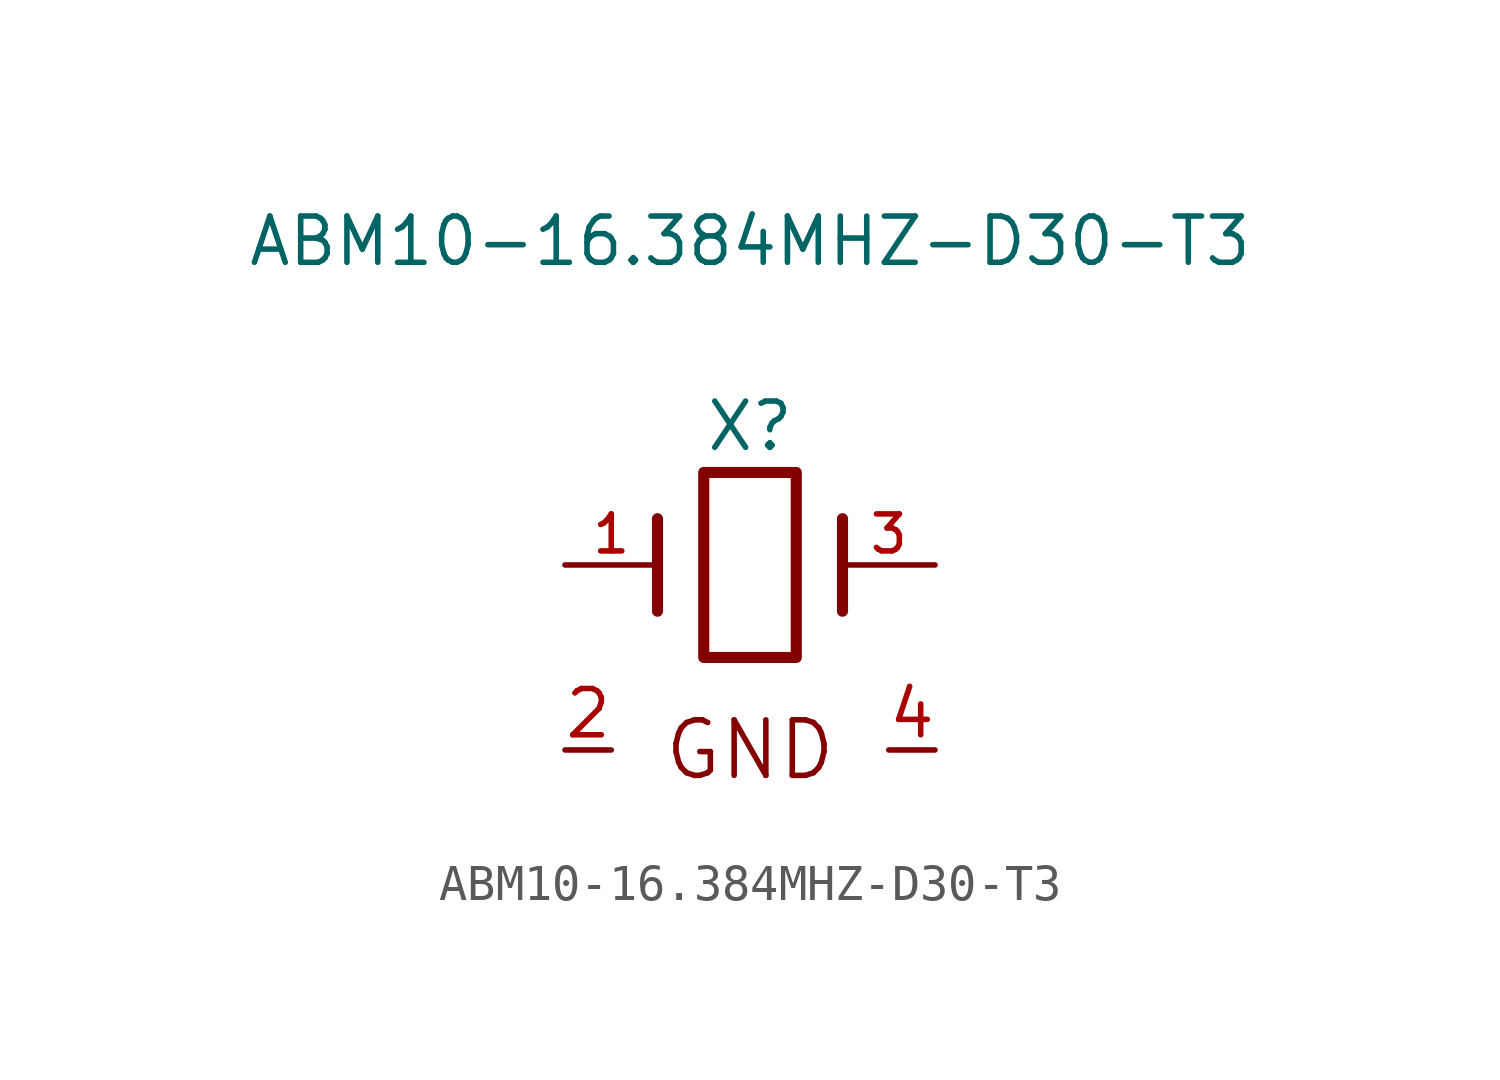
<source format=kicad_sym>
(kicad_symbol_lib
  (version 20220914)
  (generator kicad_symbol_editor)
  (symbol "ABM10-16.384MHZ-D30-T3"
    (pin_names
      (offset 1.016) hide)
    (property "Reference" "X"
      (at 0 3.81 0)
      (effects (font (size 1.27 1.27))))
    (property "Value" "ABM10-16.384MHZ-D30-T3"
      (at 0 8.89 0)
      (effects (font (size 1.27 1.27))))
    (property "Datasheet" ""
      (at 0 3.81 0)
      (effects (font (size 1.27 1.27))))
    (symbol "ABM10-16.384MHZ-D30-T3_0_0"
      (text "GND" (at 0 -5.08 0) (effects (font (size 1.524 1.524)))))
    (symbol "ABM10-16.384MHZ-D30-T3_0_1"
      (rectangle (start -1.27 2.54) (end 1.27 -2.54) (stroke (width 0.305) (type solid)) (fill (type none)))
      (polyline (pts (xy -2.54 -1.27) (xy -2.54 1.27)) (stroke (width 0.305) (type solid)) (fill (type none)))
      (polyline (pts (xy 2.54 -1.27) (xy 2.54 1.27)) (stroke (width 0.305) (type solid)) (fill (type none))))
    (symbol "ABM10-16.384MHZ-D30-T3_1_1"
      (pin passive line (at -5.08 0 0) (length 2.54) (name "1" (effects (font (size 1.016 1.016)))) (number "1" (effects (font (size 1.016 1.016)))))
      (pin power_in line (at -5.08 -5.08 0) (length 1.27) (name "GND" (effects (font (size 1.016 1.016)))) (number "2" (effects (font (size 1.27 1.27)))))
      (pin passive line (at 5.08 0 180) (length 2.54) (name "3" (effects (font (size 1.016 1.016)))) (number "3" (effects (font (size 1.016 1.016)))))
      (pin power_in line (at 5.08 -5.08 180) (length 1.27) (name "GND" (effects (font (size 1.016 1.016)))) (number "4" (effects (font (size 1.27 1.27))))))))
</source>
